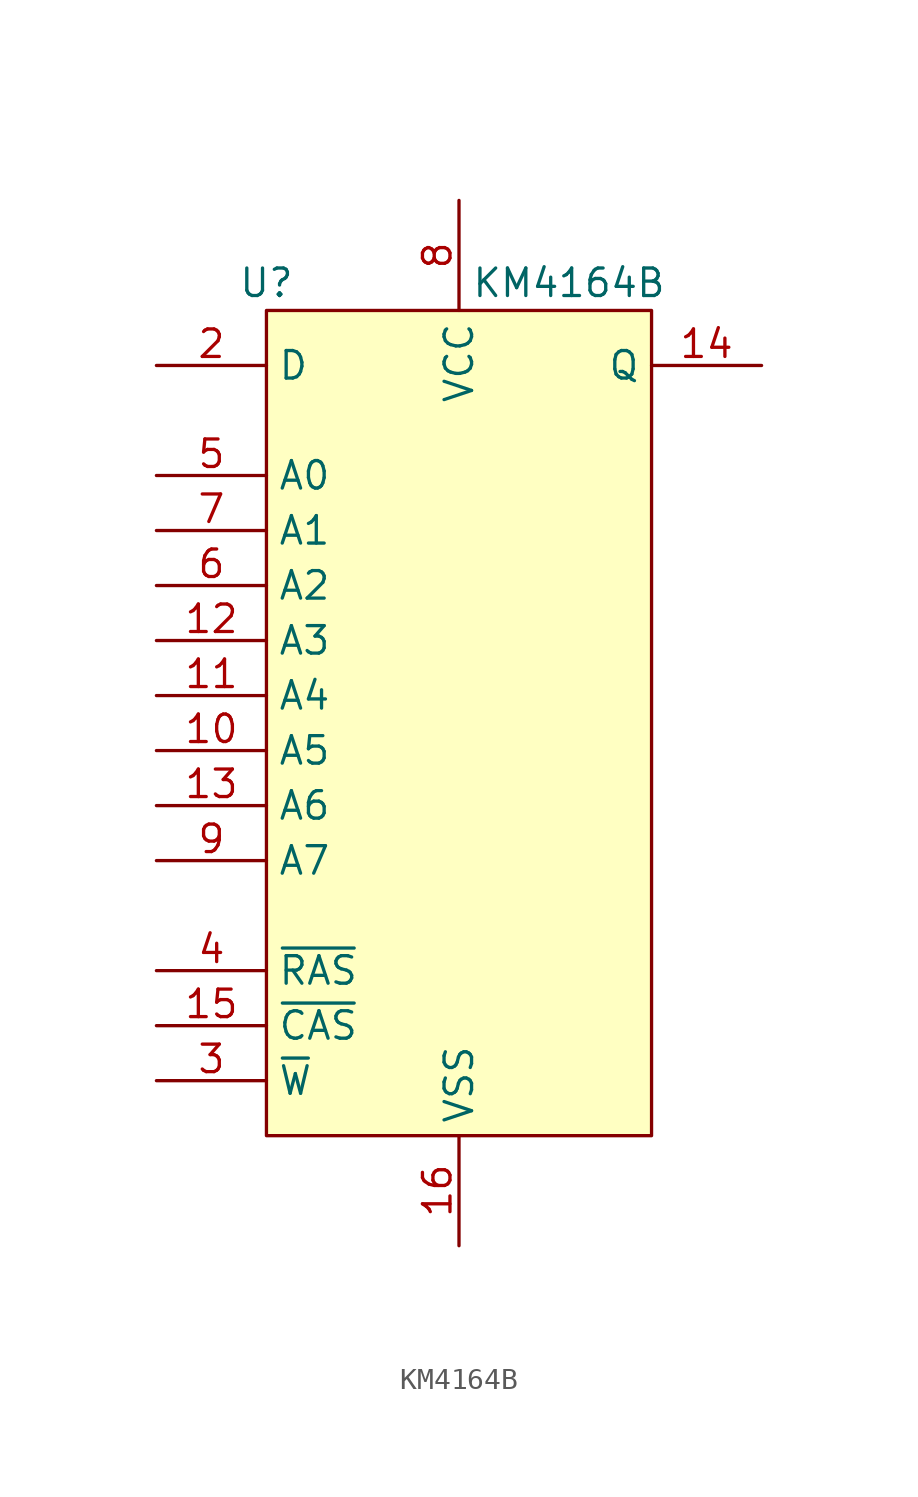
<source format=kicad_sym>
(kicad_symbol_lib
  (version 20211014)
  (generator kicad_symbol_editor)
  (symbol "KM4164B"
    (property "Reference" "U"
      (at -8.89 20.32 0)
      (effects (font (size 1.27 1.27))))
    (property "Value" "KM4164B"
      (at 5.08 20.32 0)
      (effects (font (size 1.27 1.27))))
    (symbol "KM4164B_0_1"
      (rectangle (start -8.89 19.05) (end 8.89 -19.05) (stroke (width 0) (type default) (color 0 0 0 0)) (fill (type background))))
    (symbol "KM4164B_1_1"
      (pin no_connect line (at 13.97 13.97 180) (length 5.08) hide (name "NC" (effects (font (size 1.27 1.27)))) (number "1" (effects (font (size 1.27 1.27)))))
      (pin input line (at -13.97 -1.27 0) (length 5.08) (name "A5" (effects (font (size 1.27 1.27)))) (number "10" (effects (font (size 1.27 1.27)))))
      (pin input line (at -13.97 1.27 0) (length 5.08) (name "A4" (effects (font (size 1.27 1.27)))) (number "11" (effects (font (size 1.27 1.27)))))
      (pin input line (at -13.97 3.81 0) (length 5.08) (name "A3" (effects (font (size 1.27 1.27)))) (number "12" (effects (font (size 1.27 1.27)))))
      (pin input line (at -13.97 -3.81 0) (length 5.08) (name "A6" (effects (font (size 1.27 1.27)))) (number "13" (effects (font (size 1.27 1.27)))))
      (pin tri_state line (at 13.97 16.51 180) (length 5.08) (name "Q" (effects (font (size 1.27 1.27)))) (number "14" (effects (font (size 1.27 1.27)))))
      (pin input line (at -13.97 -13.97 0) (length 5.08) (name "~{CAS}" (effects (font (size 1.27 1.27)))) (number "15" (effects (font (size 1.27 1.27)))))
      (pin power_in line (at 0 -24.13 90) (length 5.08) (name "VSS" (effects (font (size 1.27 1.27)))) (number "16" (effects (font (size 1.27 1.27)))))
      (pin input line (at -13.97 16.51 0) (length 5.08) (name "D" (effects (font (size 1.27 1.27)))) (number "2" (effects (font (size 1.27 1.27)))))
      (pin input line (at -13.97 -16.51 0) (length 5.08) (name "~{W}" (effects (font (size 1.27 1.27)))) (number "3" (effects (font (size 1.27 1.27)))))
      (pin input line (at -13.97 -11.43 0) (length 5.08) (name "~{RAS}" (effects (font (size 1.27 1.27)))) (number "4" (effects (font (size 1.27 1.27)))))
      (pin input line (at -13.97 11.43 0) (length 5.08) (name "A0" (effects (font (size 1.27 1.27)))) (number "5" (effects (font (size 1.27 1.27)))))
      (pin input line (at -13.97 6.35 0) (length 5.08) (name "A2" (effects (font (size 1.27 1.27)))) (number "6" (effects (font (size 1.27 1.27)))))
      (pin input line (at -13.97 8.89 0) (length 5.08) (name "A1" (effects (font (size 1.27 1.27)))) (number "7" (effects (font (size 1.27 1.27)))))
      (pin power_in line (at 0 24.13 270) (length 5.08) (name "VCC" (effects (font (size 1.27 1.27)))) (number "8" (effects (font (size 1.27 1.27)))))
      (pin input line (at -13.97 -6.35 0) (length 5.08) (name "A7" (effects (font (size 1.27 1.27)))) (number "9" (effects (font (size 1.27 1.27))))))))
</source>
